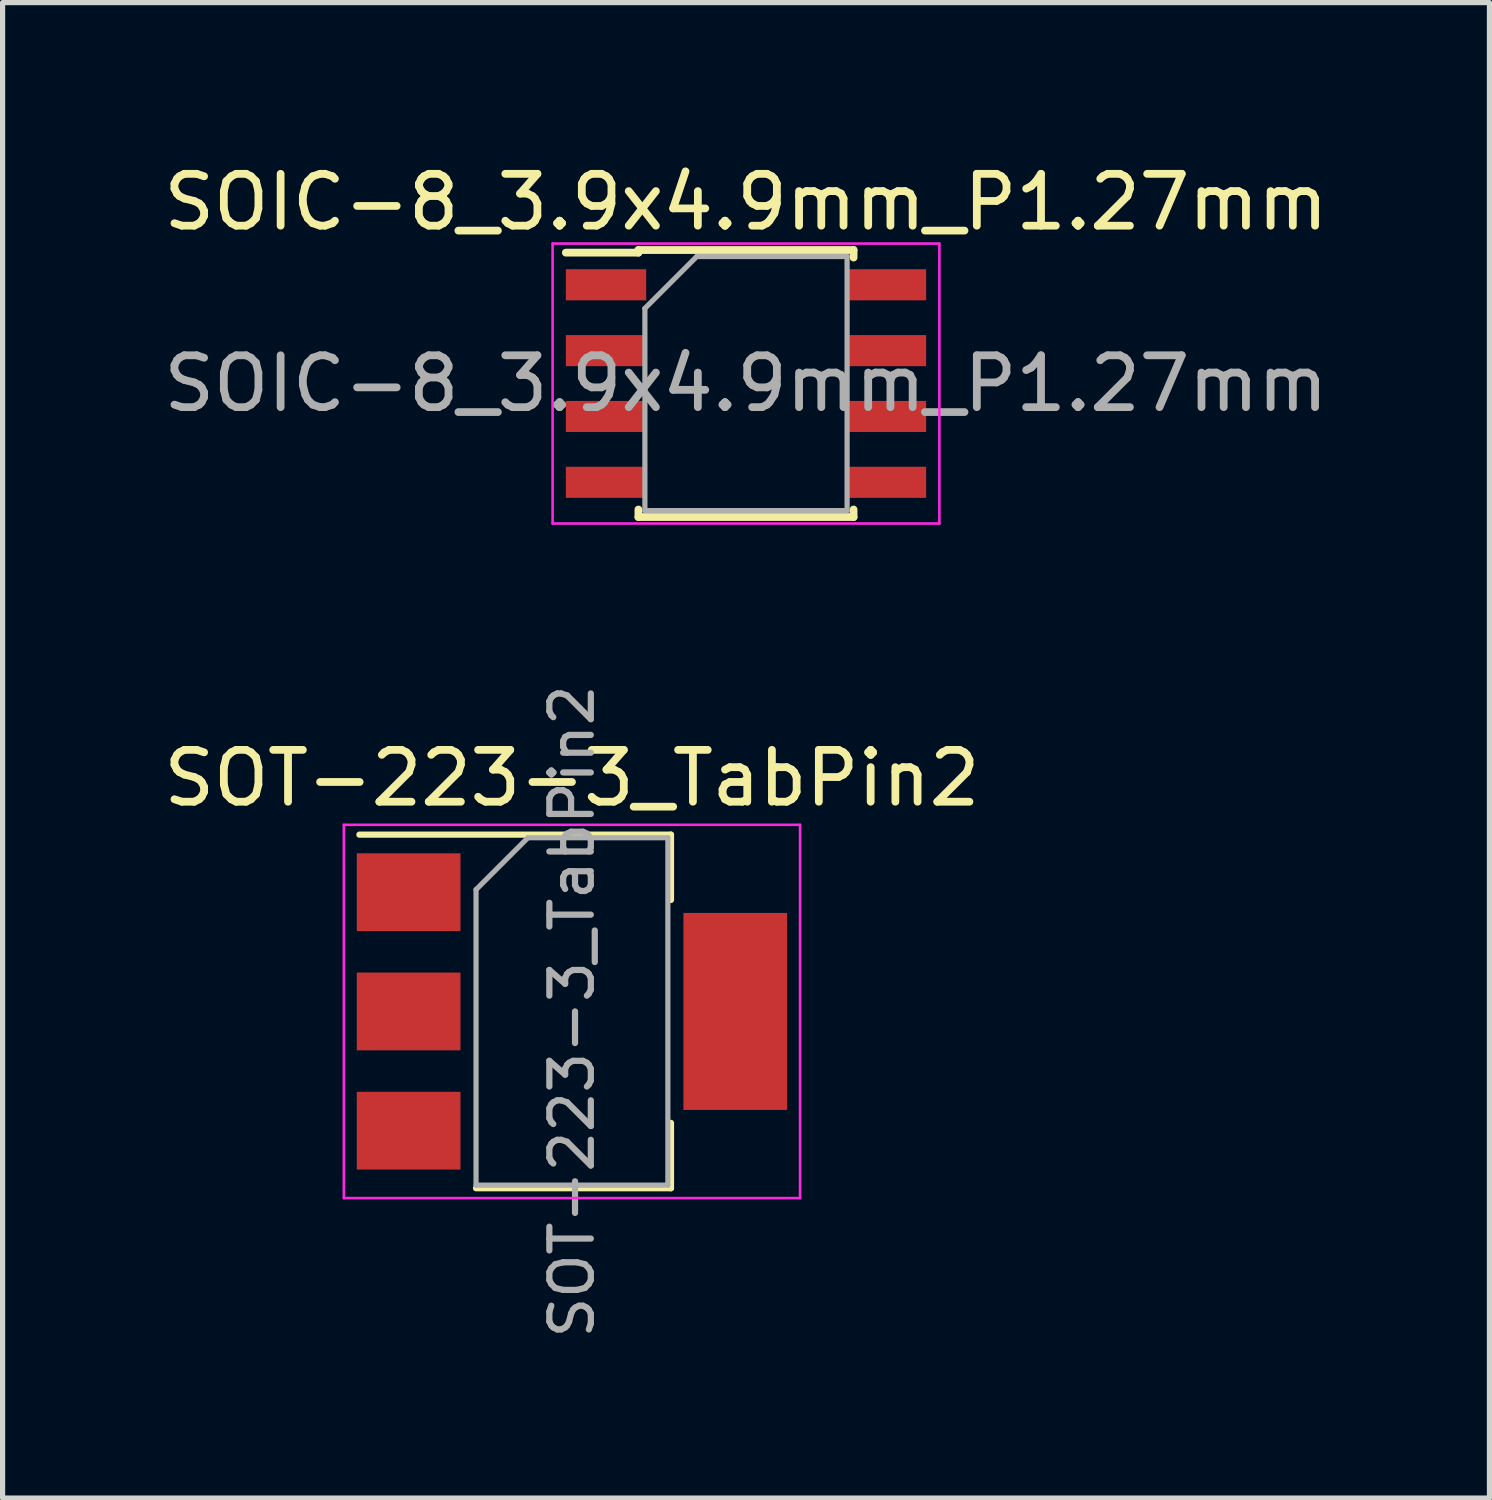
<source format=kicad_pcb>
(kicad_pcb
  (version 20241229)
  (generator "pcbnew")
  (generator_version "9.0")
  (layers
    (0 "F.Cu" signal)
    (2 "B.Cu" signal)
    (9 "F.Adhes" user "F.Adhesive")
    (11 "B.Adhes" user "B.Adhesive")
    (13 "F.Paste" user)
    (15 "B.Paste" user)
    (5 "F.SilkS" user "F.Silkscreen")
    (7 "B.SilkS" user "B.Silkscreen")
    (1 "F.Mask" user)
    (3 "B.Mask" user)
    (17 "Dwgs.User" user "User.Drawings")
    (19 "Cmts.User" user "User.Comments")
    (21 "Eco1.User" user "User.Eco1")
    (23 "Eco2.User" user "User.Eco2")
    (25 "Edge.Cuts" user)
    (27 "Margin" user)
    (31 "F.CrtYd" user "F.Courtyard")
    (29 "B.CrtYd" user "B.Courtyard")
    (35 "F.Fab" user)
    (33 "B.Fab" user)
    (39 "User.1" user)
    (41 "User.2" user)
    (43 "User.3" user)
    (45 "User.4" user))
  (footprint "SOIC-8_3.9x4.9mm_P1.27mm"
    (layer "F.Cu")
    (at 11.339 4.348)
    (property "Reference" "SOIC-8_3.9x4.9mm_P1.27mm" (at 0 -3.5 0) (layer "F.SilkS") (effects (font (size 1 1) (thickness 0.15))))
    (attr smd)
    (fp_line (start -2.075 -2.575) (end -2.075 -2.525) (stroke (width 0.15) (type solid)) (layer "F.SilkS"))
    (fp_line (start -2.075 -2.575) (end 2.075 -2.575) (stroke (width 0.15) (type solid)) (layer "F.SilkS"))
    (fp_line (start -2.075 -2.525) (end -3.475 -2.525) (stroke (width 0.15) (type solid)) (layer "F.SilkS"))
    (fp_line (start -2.075 2.575) (end -2.075 2.43) (stroke (width 0.15) (type solid)) (layer "F.SilkS"))
    (fp_line (start -2.075 2.575) (end 2.075 2.575) (stroke (width 0.15) (type solid)) (layer "F.SilkS"))
    (fp_line (start 2.075 -2.575) (end 2.075 -2.43) (stroke (width 0.15) (type solid)) (layer "F.SilkS"))
    (fp_line (start 2.075 2.575) (end 2.075 2.43) (stroke (width 0.15) (type solid)) (layer "F.SilkS"))
    (fp_line (start -3.73 -2.7) (end -3.73 2.7) (stroke (width 0.05) (type solid)) (layer "F.CrtYd"))
    (fp_line (start -3.73 -2.7) (end 3.73 -2.7) (stroke (width 0.05) (type solid)) (layer "F.CrtYd"))
    (fp_line (start -3.73 2.7) (end 3.73 2.7) (stroke (width 0.05) (type solid)) (layer "F.CrtYd"))
    (fp_line (start 3.73 -2.7) (end 3.73 2.7) (stroke (width 0.05) (type solid)) (layer "F.CrtYd"))
    (fp_line (start -1.95 -1.45) (end -0.95 -2.45) (stroke (width 0.1) (type solid)) (layer "F.Fab"))
    (fp_line (start -1.95 2.45) (end -1.95 -1.45) (stroke (width 0.1) (type solid)) (layer "F.Fab"))
    (fp_line (start -0.95 -2.45) (end 1.95 -2.45) (stroke (width 0.1) (type solid)) (layer "F.Fab"))
    (fp_line (start 1.95 -2.45) (end 1.95 2.45) (stroke (width 0.1) (type solid)) (layer "F.Fab"))
    (fp_line (start 1.95 2.45) (end -1.95 2.45) (stroke (width 0.1) (type solid)) (layer "F.Fab"))
    (fp_text user "${REFERENCE}" (at 0 0 0) (layer "F.Fab") (effects (font (size 1 1) (thickness 0.15))))
    (pad "1" smd rect (at -2.7 -1.905) (size 1.55 0.6) (layers "F.Cu" "F.Mask" "F.Paste"))
    (pad "2" smd rect (at -2.7 -0.635) (size 1.55 0.6) (layers "F.Cu" "F.Mask" "F.Paste"))
    (pad "3" smd rect (at -2.7 0.635) (size 1.55 0.6) (layers "F.Cu" "F.Mask" "F.Paste"))
    (pad "4" smd rect (at -2.7 1.905) (size 1.55 0.6) (layers "F.Cu" "F.Mask" "F.Paste"))
    (pad "5" smd rect (at 2.7 1.905) (size 1.55 0.6) (layers "F.Cu" "F.Mask" "F.Paste"))
    (pad "6" smd rect (at 2.7 0.635) (size 1.55 0.6) (layers "F.Cu" "F.Mask" "F.Paste"))
    (pad "7" smd rect (at 2.7 -0.635) (size 1.55 0.6) (layers "F.Cu" "F.Mask" "F.Paste"))
    (pad "8" smd rect (at 2.7 -1.905) (size 1.55 0.6) (layers "F.Cu" "F.Mask" "F.Paste")))
  (footprint "SOT-223-3_TabPin2"
    (layer "F.Cu")
    (at 7.982 16.459)
    (property "Reference" "SOT-223-3_TabPin2" (at 0 -4.5 0) (layer "F.SilkS") (effects (font (size 1 1) (thickness 0.15))))
    (attr smd)
    (fp_line (start -4.1 -3.41) (end 1.91 -3.41) (stroke (width 0.12) (type solid)) (layer "F.SilkS"))
    (fp_line (start -1.85 3.41) (end 1.91 3.41) (stroke (width 0.12) (type solid)) (layer "F.SilkS"))
    (fp_line (start 1.91 -3.41) (end 1.91 -2.15) (stroke (width 0.12) (type solid)) (layer "F.SilkS"))
    (fp_line (start 1.91 3.41) (end 1.91 2.15) (stroke (width 0.12) (type solid)) (layer "F.SilkS"))
    (fp_line (start -4.4 -3.6) (end -4.4 3.6) (stroke (width 0.05) (type solid)) (layer "F.CrtYd"))
    (fp_line (start -4.4 3.6) (end 4.4 3.6) (stroke (width 0.05) (type solid)) (layer "F.CrtYd"))
    (fp_line (start 4.4 -3.6) (end -4.4 -3.6) (stroke (width 0.05) (type solid)) (layer "F.CrtYd"))
    (fp_line (start 4.4 3.6) (end 4.4 -3.6) (stroke (width 0.05) (type solid)) (layer "F.CrtYd"))
    (fp_line (start -1.85 -2.35) (end -1.85 3.35) (stroke (width 0.1) (type solid)) (layer "F.Fab"))
    (fp_line (start -1.85 -2.35) (end -0.85 -3.35) (stroke (width 0.1) (type solid)) (layer "F.Fab"))
    (fp_line (start -1.85 3.35) (end 1.85 3.35) (stroke (width 0.1) (type solid)) (layer "F.Fab"))
    (fp_line (start -0.85 -3.35) (end 1.85 -3.35) (stroke (width 0.1) (type solid)) (layer "F.Fab"))
    (fp_line (start 1.85 -3.35) (end 1.85 3.35) (stroke (width 0.1) (type solid)) (layer "F.Fab"))
    (fp_text user "${REFERENCE}" (at 0 0 90) (layer "F.Fab") (effects (font (size 0.8 0.8) (thickness 0.12))))
    (pad "1" smd rect (at -3.15 -2.3) (size 2 1.5) (layers "F.Cu" "F.Mask" "F.Paste"))
    (pad "2" smd rect (at -3.15 0) (size 2 1.5) (layers "F.Cu" "F.Mask" "F.Paste"))
    (pad "2" smd rect (at 3.15 0) (size 2 3.8) (layers "F.Cu" "F.Mask" "F.Paste"))
    (pad "3" smd rect (at -3.15 2.3) (size 2 1.5) (layers "F.Cu" "F.Mask" "F.Paste")))
  (gr_rect
    (start -3 -3)
    (end 25.679 25.845)
    (stroke (width 0.1) (type default))
    (fill no)
    (layer "Edge.Cuts")))
</source>
